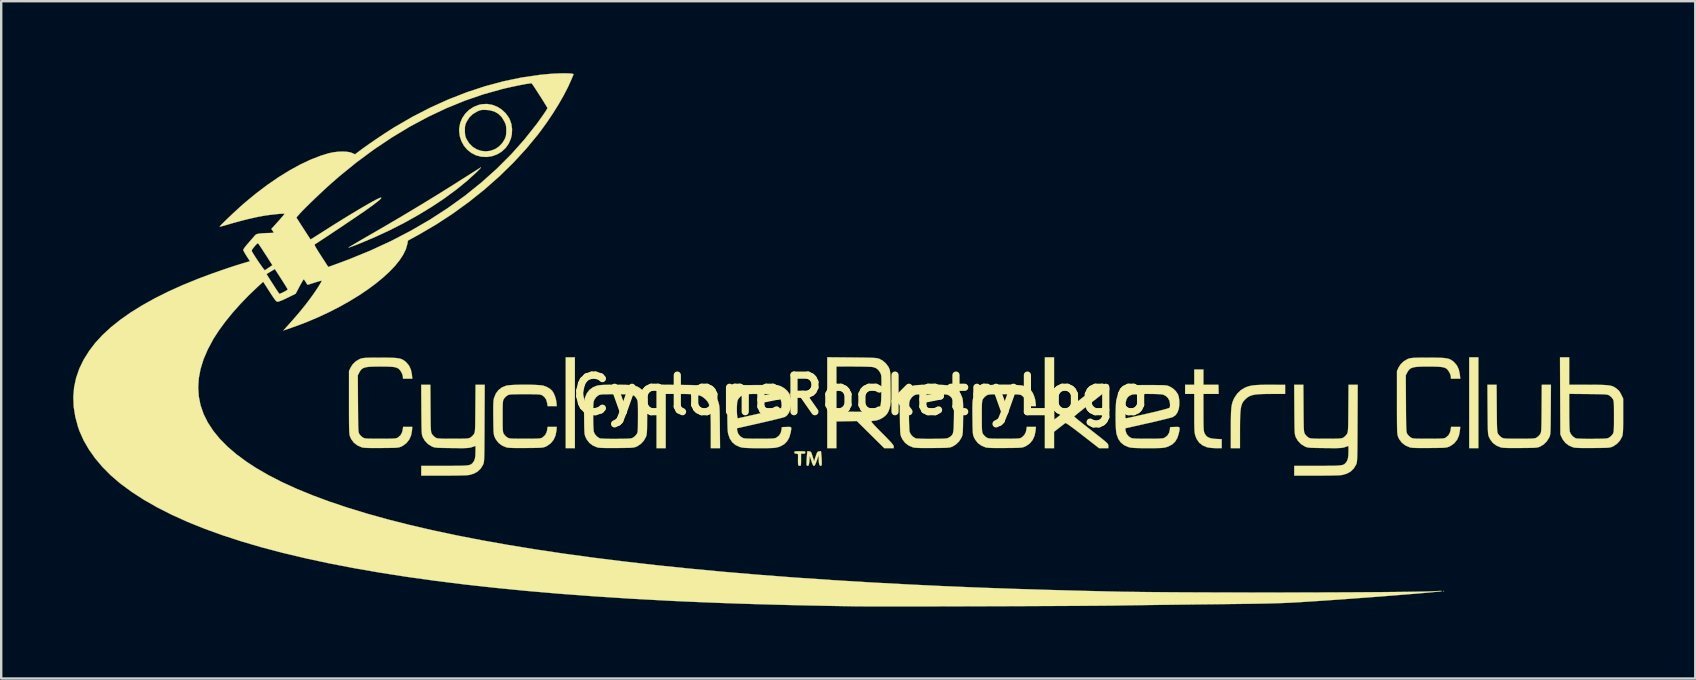
<source format=kicad_pcb>
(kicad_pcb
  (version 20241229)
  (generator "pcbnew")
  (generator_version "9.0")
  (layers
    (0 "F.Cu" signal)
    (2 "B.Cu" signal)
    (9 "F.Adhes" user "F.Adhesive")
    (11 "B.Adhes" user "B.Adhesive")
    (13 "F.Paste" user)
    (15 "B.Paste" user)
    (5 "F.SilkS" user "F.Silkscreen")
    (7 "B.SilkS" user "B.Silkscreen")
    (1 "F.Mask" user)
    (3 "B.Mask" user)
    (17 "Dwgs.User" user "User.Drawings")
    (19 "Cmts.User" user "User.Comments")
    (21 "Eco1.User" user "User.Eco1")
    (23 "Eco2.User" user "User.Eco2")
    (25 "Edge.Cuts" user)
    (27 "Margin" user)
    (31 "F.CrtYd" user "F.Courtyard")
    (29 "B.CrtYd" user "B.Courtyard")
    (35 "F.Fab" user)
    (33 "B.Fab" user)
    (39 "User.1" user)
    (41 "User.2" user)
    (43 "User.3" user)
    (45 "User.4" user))
  (footprint "CycloneRocketryLogo"
    (layer "F.Cu")
    (at 32.789 13.413)
    (property "Reference" "CycloneRocketryLogo" (at 0 0 0) (layer "F.SilkS") (effects (font (size 1.524 1.524) (thickness 0.3))))
    (attr through_hole)
    (fp_poly (pts (xy -11.887 2.21) (xy -12.268 2.21) (xy -12.268 -1.575) (xy -11.887 -1.575) (xy -11.887 2.21)) (stroke (width 0.01) (type solid)) (fill yes) (layer "F.SilkS"))
    (fp_poly (pts (xy 24.308 8.166) (xy 24.295 8.179) (xy 24.282 8.166) (xy 24.295 8.153) (xy 24.308 8.166)) (stroke (width 0.01) (type solid)) (fill yes) (layer "F.SilkS"))
    (fp_poly (pts (xy 25.756 2.21) (xy 25.375 2.21) (xy 25.375 -1.575) (xy 25.756 -1.575) (xy 25.756 2.21)) (stroke (width 0.01) (type solid)) (fill yes) (layer "F.SilkS"))
    (fp_poly (pts (xy -2.406 2.338) (xy -2.339 2.342) (xy -2.302 2.351) (xy -2.288 2.368) (xy -2.286 2.388) (xy -2.296 2.423) (xy -2.335 2.437) (xy -2.375 2.438) (xy -2.464 2.438) (xy -2.464 2.692) (xy -2.465 2.808) (xy -2.468 2.882) (xy -2.476 2.924) (xy -2.49 2.942) (xy -2.512 2.946) (xy -2.513 2.946) (xy -2.562 2.935) (xy -2.578 2.921) (xy -2.585 2.885) (xy -2.59 2.812) (xy -2.591 2.718) (xy -2.591 2.699) (xy -2.589 2.6) (xy -2.589 2.521) (xy -2.589 2.474) (xy -2.589 2.47) (xy -2.613 2.447) (xy -2.667 2.438) (xy -2.723 2.43) (xy -2.742 2.401) (xy -2.743 2.388) (xy -2.739 2.363) (xy -2.721 2.348) (xy -2.68 2.34) (xy -2.605 2.337) (xy -2.515 2.337) (xy -2.406 2.338)) (stroke (width 0.01) (type solid)) (fill yes) (layer "F.SilkS"))
    (fp_poly (pts (xy -15.822 -9.456) (xy -15.872 -9.401) (xy -15.946 -9.326) (xy -15.977 -9.296) (xy -16.379 -8.928) (xy -16.828 -8.563) (xy -17.318 -8.203) (xy -17.846 -7.851) (xy -18.405 -7.51) (xy -18.992 -7.182) (xy -19.603 -6.871) (xy -20.232 -6.579) (xy -20.874 -6.309) (xy -20.923 -6.29) (xy -21.051 -6.24) (xy -21.163 -6.198) (xy -21.251 -6.167) (xy -21.305 -6.149) (xy -21.316 -6.147) (xy -21.302 -6.159) (xy -21.249 -6.193) (xy -21.16 -6.247) (xy -21.041 -6.318) (xy -20.897 -6.403) (xy -20.731 -6.5) (xy -20.55 -6.605) (xy -20.535 -6.613) (xy -19.763 -7.06) (xy -19.028 -7.493) (xy -18.318 -7.919) (xy -17.623 -8.344) (xy -16.933 -8.775) (xy -16.612 -8.979) (xy -16.436 -9.09) (xy -16.271 -9.195) (xy -16.123 -9.288) (xy -15.997 -9.368) (xy -15.899 -9.43) (xy -15.834 -9.471) (xy -15.812 -9.485) (xy -15.8 -9.485) (xy -15.822 -9.456)) (stroke (width 0.01) (type solid)) (fill yes) (layer "F.SilkS"))
    (fp_poly (pts (xy 14.3 -0.432) (xy 14.926 -0.432) (xy 14.935 -0.051) (xy 14.3 -0.051) (xy 14.301 0.718) (xy 14.301 0.939) (xy 14.302 1.115) (xy 14.304 1.252) (xy 14.308 1.357) (xy 14.313 1.436) (xy 14.32 1.494) (xy 14.329 1.538) (xy 14.342 1.574) (xy 14.349 1.59) (xy 14.406 1.684) (xy 14.484 1.751) (xy 14.591 1.794) (xy 14.735 1.818) (xy 14.826 1.825) (xy 15.062 1.835) (xy 15.062 2.21) (xy 14.815 2.208) (xy 14.676 2.203) (xy 14.548 2.189) (xy 14.45 2.171) (xy 14.44 2.168) (xy 14.265 2.092) (xy 14.127 1.982) (xy 14.024 1.836) (xy 13.97 1.705) (xy 13.956 1.656) (xy 13.944 1.606) (xy 13.936 1.548) (xy 13.929 1.476) (xy 13.925 1.383) (xy 13.922 1.264) (xy 13.92 1.111) (xy 13.919 0.919) (xy 13.919 0.747) (xy 13.919 -0.051) (xy 13.538 -0.051) (xy 13.538 -0.432) (xy 13.919 -0.432) (xy 13.919 -1.067) (xy 14.3 -1.067) (xy 14.3 -0.432)) (stroke (width 0.01) (type solid)) (fill yes) (layer "F.SilkS"))
    (fp_poly (pts (xy 17.704 -0.051) (xy 17.134 -0.051) (xy 16.893 -0.049) (xy 16.696 -0.044) (xy 16.536 -0.033) (xy 16.408 -0.015) (xy 16.304 0.01) (xy 16.218 0.044) (xy 16.144 0.089) (xy 16.074 0.146) (xy 16.057 0.162) (xy 15.999 0.221) (xy 15.951 0.282) (xy 15.913 0.352) (xy 15.883 0.435) (xy 15.861 0.537) (xy 15.845 0.664) (xy 15.834 0.821) (xy 15.828 1.013) (xy 15.825 1.246) (xy 15.824 1.449) (xy 15.824 2.21) (xy 15.443 2.21) (xy 15.444 1.391) (xy 15.444 1.133) (xy 15.447 0.919) (xy 15.451 0.744) (xy 15.459 0.601) (xy 15.471 0.484) (xy 15.488 0.386) (xy 15.51 0.302) (xy 15.538 0.225) (xy 15.573 0.149) (xy 15.601 0.096) (xy 15.715 -0.07) (xy 15.863 -0.21) (xy 16.016 -0.303) (xy 16.104 -0.341) (xy 16.192 -0.371) (xy 16.289 -0.393) (xy 16.401 -0.41) (xy 16.536 -0.421) (xy 16.701 -0.428) (xy 16.905 -0.431) (xy 17.075 -0.431) (xy 17.704 -0.432) (xy 17.704 -0.051)) (stroke (width 0.01) (type solid)) (fill yes) (layer "F.SilkS"))
    (fp_poly (pts (xy -7.601 -0.427) (xy -7.365 -0.424) (xy -7.173 -0.422) (xy -7.02 -0.419) (xy -6.901 -0.415) (xy -6.808 -0.41) (xy -6.736 -0.404) (xy -6.679 -0.396) (xy -6.631 -0.385) (xy -6.586 -0.371) (xy -6.553 -0.36) (xy -6.342 -0.261) (xy -6.167 -0.128) (xy -6.029 0.042) (xy -5.925 0.248) (xy -5.914 0.279) (xy -5.898 0.326) (xy -5.886 0.371) (xy -5.876 0.42) (xy -5.868 0.481) (xy -5.862 0.558) (xy -5.857 0.658) (xy -5.854 0.787) (xy -5.851 0.951) (xy -5.849 1.154) (xy -5.847 1.327) (xy -5.839 2.21) (xy -6.223 2.21) (xy -6.223 1.449) (xy -6.224 1.182) (xy -6.228 0.959) (xy -6.235 0.777) (xy -6.247 0.628) (xy -6.265 0.508) (xy -6.289 0.412) (xy -6.321 0.333) (xy -6.361 0.266) (xy -6.412 0.205) (xy -6.456 0.162) (xy -6.526 0.102) (xy -6.598 0.054) (xy -6.681 0.017) (xy -6.78 -0.01) (xy -6.902 -0.029) (xy -7.053 -0.042) (xy -7.24 -0.048) (xy -7.47 -0.051) (xy -7.532 -0.051) (xy -8.103 -0.051) (xy -8.103 2.21) (xy -8.484 2.21) (xy -8.484 -0.435) (xy -7.601 -0.427)) (stroke (width 0.01) (type solid)) (fill yes) (layer "F.SilkS"))
    (fp_poly (pts (xy -1.617 2.507) (xy -1.608 2.622) (xy -1.602 2.739) (xy -1.6 2.813) (xy -1.603 2.892) (xy -1.614 2.932) (xy -1.637 2.946) (xy -1.648 2.946) (xy -1.684 2.93) (xy -1.708 2.877) (xy -1.723 2.782) (xy -1.729 2.645) (xy -1.731 2.502) (xy -1.808 2.724) (xy -1.853 2.847) (xy -1.891 2.922) (xy -1.925 2.949) (xy -1.958 2.927) (xy -1.993 2.857) (xy -2.034 2.737) (xy -2.047 2.694) (xy -2.076 2.603) (xy -2.093 2.557) (xy -2.103 2.551) (xy -2.106 2.582) (xy -2.107 2.591) (xy -2.111 2.67) (xy -2.12 2.769) (xy -2.125 2.813) (xy -2.138 2.893) (xy -2.156 2.934) (xy -2.184 2.946) (xy -2.188 2.946) (xy -2.218 2.937) (xy -2.232 2.902) (xy -2.235 2.836) (xy -2.233 2.754) (xy -2.227 2.645) (xy -2.219 2.532) (xy -2.219 2.53) (xy -2.202 2.334) (xy -2.124 2.342) (xy -2.085 2.349) (xy -2.057 2.367) (xy -2.033 2.406) (xy -2.007 2.477) (xy -1.984 2.552) (xy -1.921 2.754) (xy -1.854 2.552) (xy -1.82 2.453) (xy -1.793 2.392) (xy -1.768 2.36) (xy -1.737 2.346) (xy -1.71 2.342) (xy -1.633 2.334) (xy -1.617 2.507)) (stroke (width 0.01) (type solid)) (fill yes) (layer "F.SilkS"))
    (fp_poly (pts (xy 8.077 -0.279) (xy 8.077 -0.028) (xy 8.078 0.207) (xy 8.079 0.421) (xy 8.081 0.61) (xy 8.082 0.768) (xy 8.084 0.892) (xy 8.087 0.975) (xy 8.089 1.014) (xy 8.09 1.016) (xy 8.111 1.001) (xy 8.169 0.957) (xy 8.259 0.889) (xy 8.377 0.798) (xy 8.518 0.688) (xy 8.68 0.562) (xy 8.857 0.423) (xy 9.023 0.293) (xy 9.944 -0.43) (xy 10.141 -0.431) (xy 10.338 -0.432) (xy 10.338 -0.337) (xy 10.337 -0.311) (xy 10.332 -0.287) (xy 10.319 -0.261) (xy 10.294 -0.229) (xy 10.253 -0.188) (xy 10.192 -0.135) (xy 10.108 -0.065) (xy 9.997 0.024) (xy 9.854 0.137) (xy 9.675 0.276) (xy 9.626 0.314) (xy 9.462 0.443) (xy 9.311 0.563) (xy 9.178 0.67) (xy 9.067 0.759) (xy 8.984 0.829) (xy 8.932 0.874) (xy 8.915 0.891) (xy 8.935 0.911) (xy 8.99 0.958) (xy 9.076 1.029) (xy 9.189 1.12) (xy 9.324 1.228) (xy 9.476 1.348) (xy 9.626 1.466) (xy 9.814 1.612) (xy 9.965 1.73) (xy 10.084 1.824) (xy 10.174 1.898) (xy 10.24 1.955) (xy 10.285 1.998) (xy 10.314 2.032) (xy 10.329 2.059) (xy 10.336 2.083) (xy 10.338 2.108) (xy 10.338 2.115) (xy 10.338 2.21) (xy 9.954 2.21) (xy 9.268 1.676) (xy 9.079 1.53) (xy 8.915 1.405) (xy 8.777 1.304) (xy 8.67 1.228) (xy 8.595 1.179) (xy 8.556 1.16) (xy 8.552 1.16) (xy 8.521 1.182) (xy 8.459 1.229) (xy 8.376 1.293) (xy 8.299 1.353) (xy 8.077 1.528) (xy 8.077 2.21) (xy 7.696 2.21) (xy 7.696 -1.575) (xy 8.077 -1.575) (xy 8.077 -0.279)) (stroke (width 0.01) (type solid)) (fill yes) (layer "F.SilkS"))
    (fp_poly (pts (xy -15.333 -12.096) (xy -15.127 -12.018) (xy -14.938 -11.9) (xy -14.773 -11.747) (xy -14.64 -11.562) (xy -14.604 -11.495) (xy -14.534 -11.3) (xy -14.504 -11.085) (xy -14.514 -10.865) (xy -14.551 -10.699) (xy -14.64 -10.488) (xy -14.768 -10.304) (xy -14.929 -10.152) (xy -15.118 -10.036) (xy -15.327 -9.958) (xy -15.552 -9.923) (xy -15.786 -9.934) (xy -16.002 -9.99) (xy -16.198 -10.089) (xy -16.368 -10.224) (xy -16.509 -10.39) (xy -16.615 -10.582) (xy -16.683 -10.794) (xy -16.709 -11.02) (xy -16.708 -11.033) (xy -16.471 -11.033) (xy -16.471 -11.024) (xy -16.467 -10.904) (xy -16.456 -10.815) (xy -16.432 -10.736) (xy -16.4 -10.664) (xy -16.289 -10.487) (xy -16.147 -10.346) (xy -15.981 -10.242) (xy -15.797 -10.178) (xy -15.604 -10.156) (xy -15.408 -10.179) (xy -15.215 -10.249) (xy -15.212 -10.25) (xy -15.046 -10.361) (xy -14.906 -10.509) (xy -14.812 -10.664) (xy -14.776 -10.749) (xy -14.756 -10.829) (xy -14.747 -10.924) (xy -14.745 -11.024) (xy -14.747 -11.139) (xy -14.757 -11.224) (xy -14.778 -11.299) (xy -14.816 -11.385) (xy -14.828 -11.41) (xy -14.939 -11.588) (xy -15.077 -11.723) (xy -15.243 -11.817) (xy -15.439 -11.87) (xy -15.576 -11.883) (xy -15.689 -11.886) (xy -15.77 -11.882) (xy -15.839 -11.867) (xy -15.915 -11.837) (xy -15.968 -11.813) (xy -16.143 -11.709) (xy -16.281 -11.575) (xy -16.391 -11.403) (xy -16.399 -11.387) (xy -16.437 -11.304) (xy -16.459 -11.23) (xy -16.469 -11.146) (xy -16.471 -11.033) (xy -16.708 -11.033) (xy -16.706 -11.118) (xy -16.665 -11.339) (xy -16.579 -11.545) (xy -16.454 -11.728) (xy -16.295 -11.884) (xy -16.107 -12.007) (xy -15.895 -12.092) (xy -15.769 -12.12) (xy -15.55 -12.132) (xy -15.333 -12.096)) (stroke (width 0.01) (type solid)) (fill yes) (layer "F.SilkS"))
    (fp_poly (pts (xy 26.523 0.552) (xy 26.525 0.803) (xy 26.527 1.008) (xy 26.529 1.172) (xy 26.532 1.301) (xy 26.536 1.399) (xy 26.541 1.473) (xy 26.548 1.526) (xy 26.556 1.564) (xy 26.566 1.593) (xy 26.579 1.617) (xy 26.581 1.621) (xy 26.638 1.692) (xy 26.711 1.755) (xy 26.721 1.761) (xy 26.75 1.778) (xy 26.781 1.791) (xy 26.821 1.801) (xy 26.876 1.807) (xy 26.953 1.812) (xy 27.058 1.814) (xy 27.198 1.816) (xy 27.38 1.816) (xy 27.457 1.816) (xy 27.656 1.816) (xy 27.811 1.815) (xy 27.928 1.813) (xy 28.014 1.809) (xy 28.076 1.803) (xy 28.12 1.795) (xy 28.154 1.783) (xy 28.183 1.767) (xy 28.194 1.761) (xy 28.267 1.702) (xy 28.328 1.63) (xy 28.334 1.621) (xy 28.347 1.597) (xy 28.357 1.57) (xy 28.366 1.533) (xy 28.373 1.483) (xy 28.378 1.413) (xy 28.382 1.319) (xy 28.385 1.196) (xy 28.388 1.038) (xy 28.39 0.84) (xy 28.392 0.598) (xy 28.392 0.552) (xy 28.399 -0.432) (xy 28.78 -0.432) (xy 28.773 0.603) (xy 28.771 0.86) (xy 28.769 1.071) (xy 28.767 1.241) (xy 28.764 1.377) (xy 28.761 1.482) (xy 28.756 1.562) (xy 28.75 1.622) (xy 28.742 1.668) (xy 28.732 1.705) (xy 28.72 1.737) (xy 28.707 1.765) (xy 28.606 1.929) (xy 28.469 2.06) (xy 28.336 2.138) (xy 28.296 2.156) (xy 28.257 2.169) (xy 28.211 2.18) (xy 28.152 2.187) (xy 28.074 2.193) (xy 27.97 2.197) (xy 27.834 2.199) (xy 27.659 2.201) (xy 27.495 2.202) (xy 27.261 2.204) (xy 27.072 2.203) (xy 26.925 2.2) (xy 26.815 2.194) (xy 26.737 2.186) (xy 26.686 2.176) (xy 26.683 2.175) (xy 26.503 2.098) (xy 26.362 1.992) (xy 26.254 1.853) (xy 26.208 1.765) (xy 26.193 1.733) (xy 26.181 1.7) (xy 26.172 1.663) (xy 26.164 1.615) (xy 26.158 1.553) (xy 26.154 1.47) (xy 26.15 1.361) (xy 26.148 1.221) (xy 26.145 1.046) (xy 26.144 0.829) (xy 26.142 0.603) (xy 26.134 -0.432) (xy 26.515 -0.432) (xy 26.523 0.552)) (stroke (width 0.01) (type solid)) (fill yes) (layer "F.SilkS"))
    (fp_poly (pts (xy -0.349 -1.569) (xy -0.09 -1.566) (xy 0.124 -1.564) (xy 0.297 -1.561) (xy 0.435 -1.557) (xy 0.543 -1.553) (xy 0.625 -1.547) (xy 0.688 -1.54) (xy 0.735 -1.532) (xy 0.773 -1.521) (xy 0.792 -1.515) (xy 0.941 -1.435) (xy 1.073 -1.319) (xy 1.174 -1.183) (xy 1.197 -1.138) (xy 1.215 -1.096) (xy 1.229 -1.055) (xy 1.24 -1.008) (xy 1.248 -0.95) (xy 1.254 -0.872) (xy 1.258 -0.768) (xy 1.261 -0.631) (xy 1.264 -0.455) (xy 1.265 -0.309) (xy 1.268 -0.1) (xy 1.269 0.065) (xy 1.268 0.193) (xy 1.265 0.293) (xy 1.26 0.37) (xy 1.252 0.433) (xy 1.241 0.488) (xy 1.226 0.542) (xy 1.22 0.563) (xy 1.176 0.683) (xy 1.122 0.775) (xy 1.057 0.85) (xy 0.949 0.935) (xy 0.818 1.006) (xy 0.684 1.052) (xy 0.577 1.067) (xy 0.51 1.073) (xy 0.464 1.087) (xy 0.471 1.111) (xy 0.513 1.167) (xy 0.592 1.256) (xy 0.708 1.379) (xy 0.862 1.534) (xy 0.915 1.588) (xy 1.065 1.738) (xy 1.181 1.858) (xy 1.268 1.95) (xy 1.33 2.021) (xy 1.369 2.073) (xy 1.39 2.11) (xy 1.397 2.139) (xy 1.397 2.14) (xy 1.397 2.21) (xy 1.005 2.21) (xy -0.14 1.079) (xy -0.565 1.087) (xy -0.991 1.095) (xy -0.991 2.21) (xy -1.372 2.21) (xy -1.372 0.685) (xy -0.991 0.685) (xy -0.337 0.692) (xy -0.088 0.694) (xy 0.115 0.694) (xy 0.278 0.691) (xy 0.407 0.685) (xy 0.507 0.677) (xy 0.583 0.664) (xy 0.641 0.647) (xy 0.686 0.626) (xy 0.709 0.611) (xy 0.758 0.574) (xy 0.796 0.536) (xy 0.826 0.49) (xy 0.847 0.431) (xy 0.862 0.351) (xy 0.872 0.244) (xy 0.878 0.103) (xy 0.882 -0.078) (xy 0.884 -0.216) (xy 0.886 -0.408) (xy 0.887 -0.556) (xy 0.886 -0.668) (xy 0.883 -0.75) (xy 0.877 -0.811) (xy 0.868 -0.856) (xy 0.855 -0.893) (xy 0.838 -0.929) (xy 0.833 -0.938) (xy 0.753 -1.055) (xy 0.653 -1.13) (xy 0.53 -1.17) (xy 0.475 -1.176) (xy 0.378 -1.181) (xy 0.246 -1.186) (xy 0.086 -1.189) (xy -0.093 -1.192) (xy -0.283 -1.193) (xy -0.286 -1.193) (xy -0.991 -1.194) (xy -0.991 0.685) (xy -1.372 0.685) (xy -1.372 -1.578) (xy -0.349 -1.569)) (stroke (width 0.01) (type solid)) (fill yes) (layer "F.SilkS"))
    (fp_poly (pts (xy 29.54 -0.432) (xy 30.336 -0.432) (xy 30.587 -0.431) (xy 30.794 -0.429) (xy 30.961 -0.424) (xy 31.095 -0.416) (xy 31.202 -0.404) (xy 31.287 -0.388) (xy 31.356 -0.366) (xy 31.416 -0.337) (xy 31.471 -0.302) (xy 31.496 -0.284) (xy 31.568 -0.227) (xy 31.62 -0.174) (xy 31.664 -0.108) (xy 31.713 -0.014) (xy 31.72 0) (xy 31.788 0.14) (xy 31.788 0.876) (xy 31.788 1.093) (xy 31.787 1.265) (xy 31.785 1.399) (xy 31.781 1.502) (xy 31.775 1.58) (xy 31.767 1.639) (xy 31.757 1.686) (xy 31.744 1.728) (xy 31.74 1.738) (xy 31.656 1.89) (xy 31.536 2.023) (xy 31.391 2.123) (xy 31.362 2.137) (xy 31.321 2.155) (xy 31.281 2.169) (xy 31.236 2.179) (xy 31.178 2.187) (xy 31.102 2.193) (xy 31 2.196) (xy 30.866 2.199) (xy 30.694 2.201) (xy 30.518 2.202) (xy 30.284 2.204) (xy 30.095 2.203) (xy 29.948 2.2) (xy 29.838 2.194) (xy 29.759 2.186) (xy 29.708 2.176) (xy 29.705 2.175) (xy 29.526 2.098) (xy 29.385 1.992) (xy 29.276 1.853) (xy 29.23 1.765) (xy 29.172 1.638) (xy 29.165 0.032) (xy 29.164 -0.053) (xy 29.54 -0.053) (xy 29.54 0.691) (xy 29.541 0.902) (xy 29.544 1.093) (xy 29.548 1.258) (xy 29.553 1.39) (xy 29.56 1.483) (xy 29.567 1.529) (xy 29.617 1.633) (xy 29.699 1.726) (xy 29.797 1.79) (xy 29.828 1.802) (xy 29.875 1.808) (xy 29.966 1.814) (xy 30.091 1.818) (xy 30.241 1.821) (xy 30.41 1.821) (xy 30.518 1.821) (xy 30.711 1.819) (xy 30.859 1.817) (xy 30.971 1.814) (xy 31.053 1.809) (xy 31.111 1.802) (xy 31.153 1.792) (xy 31.186 1.778) (xy 31.217 1.761) (xy 31.289 1.702) (xy 31.351 1.63) (xy 31.356 1.621) (xy 31.372 1.592) (xy 31.384 1.559) (xy 31.393 1.515) (xy 31.399 1.454) (xy 31.403 1.369) (xy 31.406 1.254) (xy 31.407 1.101) (xy 31.407 0.905) (xy 31.407 0.889) (xy 31.407 0.689) (xy 31.406 0.534) (xy 31.404 0.416) (xy 31.4 0.329) (xy 31.393 0.267) (xy 31.385 0.222) (xy 31.373 0.188) (xy 31.358 0.159) (xy 31.356 0.157) (xy 31.299 0.086) (xy 31.226 0.023) (xy 31.217 0.017) (xy 31.19 0.002) (xy 31.161 -0.011) (xy 31.124 -0.02) (xy 31.073 -0.028) (xy 31.003 -0.033) (xy 30.906 -0.037) (xy 30.779 -0.04) (xy 30.614 -0.043) (xy 30.406 -0.045) (xy 30.334 -0.046) (xy 29.54 -0.053) (xy 29.164 -0.053) (xy 29.158 -1.575) (xy 29.54 -1.575) (xy 29.54 -0.432)) (stroke (width 0.01) (type solid)) (fill yes) (layer "F.SilkS"))
    (fp_poly (pts (xy -17.902 0.552) (xy -17.9 0.802) (xy -17.898 1.006) (xy -17.896 1.17) (xy -17.893 1.298) (xy -17.889 1.396) (xy -17.884 1.469) (xy -17.878 1.522) (xy -17.869 1.56) (xy -17.859 1.589) (xy -17.846 1.613) (xy -17.839 1.626) (xy -17.78 1.698) (xy -17.708 1.76) (xy -17.699 1.765) (xy -17.67 1.781) (xy -17.637 1.793) (xy -17.593 1.802) (xy -17.532 1.808) (xy -17.448 1.812) (xy -17.332 1.815) (xy -17.18 1.816) (xy -16.983 1.816) (xy -16.967 1.816) (xy -16.768 1.816) (xy -16.612 1.815) (xy -16.494 1.813) (xy -16.407 1.809) (xy -16.345 1.802) (xy -16.3 1.794) (xy -16.266 1.782) (xy -16.237 1.767) (xy -16.235 1.765) (xy -16.164 1.708) (xy -16.102 1.635) (xy -16.095 1.626) (xy -16.081 1.602) (xy -16.07 1.576) (xy -16.061 1.543) (xy -16.053 1.498) (xy -16.048 1.436) (xy -16.043 1.351) (xy -16.04 1.239) (xy -16.038 1.094) (xy -16.036 0.912) (xy -16.034 0.686) (xy -16.033 0.552) (xy -16.025 -0.432) (xy -15.644 -0.432) (xy -15.652 1.175) (xy -15.653 1.5) (xy -15.655 1.779) (xy -15.656 2.015) (xy -15.658 2.212) (xy -15.66 2.374) (xy -15.663 2.505) (xy -15.666 2.608) (xy -15.67 2.689) (xy -15.675 2.751) (xy -15.681 2.797) (xy -15.689 2.832) (xy -15.697 2.86) (xy -15.707 2.885) (xy -15.712 2.896) (xy -15.81 3.058) (xy -15.937 3.181) (xy -16.097 3.27) (xy -16.276 3.324) (xy -16.344 3.333) (xy -16.46 3.34) (xy -16.622 3.345) (xy -16.826 3.349) (xy -17.071 3.352) (xy -17.349 3.353) (xy -18.288 3.353) (xy -18.288 2.946) (xy -17.322 2.946) (xy -17.061 2.946) (xy -16.845 2.945) (xy -16.67 2.943) (xy -16.531 2.939) (xy -16.423 2.932) (xy -16.34 2.923) (xy -16.278 2.91) (xy -16.231 2.893) (xy -16.195 2.871) (xy -16.165 2.844) (xy -16.139 2.816) (xy -16.087 2.74) (xy -16.052 2.645) (xy -16.033 2.52) (xy -16.027 2.356) (xy -16.027 2.35) (xy -16.027 2.116) (xy -16.17 2.164) (xy -16.217 2.179) (xy -16.267 2.19) (xy -16.325 2.198) (xy -16.399 2.203) (xy -16.496 2.207) (xy -16.623 2.208) (xy -16.786 2.207) (xy -16.993 2.205) (xy -17.015 2.205) (xy -17.223 2.202) (xy -17.387 2.2) (xy -17.514 2.196) (xy -17.61 2.192) (xy -17.682 2.185) (xy -17.736 2.177) (xy -17.78 2.165) (xy -17.82 2.15) (xy -17.846 2.138) (xy -18.006 2.039) (xy -18.137 1.901) (xy -18.217 1.765) (xy -18.231 1.733) (xy -18.243 1.7) (xy -18.253 1.663) (xy -18.261 1.615) (xy -18.266 1.553) (xy -18.271 1.469) (xy -18.274 1.36) (xy -18.277 1.221) (xy -18.279 1.045) (xy -18.281 0.828) (xy -18.283 0.603) (xy -18.29 -0.432) (xy -17.909 -0.432) (xy -17.902 0.552)) (stroke (width 0.01) (type solid)) (fill yes) (layer "F.SilkS"))
    (fp_poly (pts (xy 18.471 0.552) (xy 18.473 0.802) (xy 18.475 1.006) (xy 18.477 1.17) (xy 18.48 1.298) (xy 18.484 1.396) (xy 18.489 1.469) (xy 18.495 1.522) (xy 18.503 1.56) (xy 18.514 1.589) (xy 18.526 1.613) (xy 18.534 1.626) (xy 18.593 1.698) (xy 18.665 1.76) (xy 18.674 1.765) (xy 18.703 1.781) (xy 18.736 1.793) (xy 18.779 1.802) (xy 18.84 1.808) (xy 18.925 1.812) (xy 19.041 1.815) (xy 19.193 1.816) (xy 19.389 1.816) (xy 19.406 1.816) (xy 19.605 1.816) (xy 19.761 1.815) (xy 19.879 1.813) (xy 19.966 1.809) (xy 20.028 1.802) (xy 20.073 1.794) (xy 20.106 1.782) (xy 20.135 1.767) (xy 20.138 1.765) (xy 20.209 1.708) (xy 20.271 1.635) (xy 20.277 1.626) (xy 20.291 1.602) (xy 20.303 1.576) (xy 20.312 1.543) (xy 20.319 1.498) (xy 20.325 1.436) (xy 20.329 1.351) (xy 20.333 1.239) (xy 20.335 1.094) (xy 20.337 0.912) (xy 20.339 0.686) (xy 20.34 0.552) (xy 20.348 -0.432) (xy 20.729 -0.432) (xy 20.721 1.175) (xy 20.72 1.5) (xy 20.718 1.779) (xy 20.717 2.015) (xy 20.715 2.212) (xy 20.713 2.374) (xy 20.71 2.505) (xy 20.707 2.608) (xy 20.702 2.689) (xy 20.697 2.751) (xy 20.691 2.797) (xy 20.684 2.832) (xy 20.676 2.86) (xy 20.665 2.885) (xy 20.661 2.896) (xy 20.563 3.058) (xy 20.436 3.181) (xy 20.276 3.27) (xy 20.096 3.324) (xy 20.029 3.333) (xy 19.912 3.34) (xy 19.751 3.345) (xy 19.546 3.349) (xy 19.302 3.352) (xy 19.023 3.353) (xy 18.085 3.353) (xy 18.085 2.946) (xy 19.051 2.946) (xy 19.312 2.946) (xy 19.528 2.945) (xy 19.702 2.943) (xy 19.842 2.939) (xy 19.95 2.932) (xy 20.033 2.923) (xy 20.095 2.91) (xy 20.142 2.893) (xy 20.178 2.871) (xy 20.208 2.844) (xy 20.234 2.816) (xy 20.286 2.74) (xy 20.32 2.645) (xy 20.339 2.52) (xy 20.345 2.356) (xy 20.345 2.35) (xy 20.345 2.116) (xy 20.202 2.164) (xy 20.155 2.179) (xy 20.106 2.19) (xy 20.048 2.198) (xy 19.974 2.203) (xy 19.877 2.207) (xy 19.75 2.208) (xy 19.587 2.207) (xy 19.38 2.205) (xy 19.358 2.205) (xy 19.15 2.202) (xy 18.985 2.2) (xy 18.859 2.196) (xy 18.763 2.192) (xy 18.691 2.185) (xy 18.637 2.177) (xy 18.593 2.165) (xy 18.553 2.15) (xy 18.527 2.138) (xy 18.367 2.039) (xy 18.236 1.901) (xy 18.156 1.765) (xy 18.141 1.733) (xy 18.13 1.7) (xy 18.12 1.663) (xy 18.112 1.615) (xy 18.106 1.553) (xy 18.102 1.469) (xy 18.098 1.36) (xy 18.096 1.221) (xy 18.094 1.045) (xy 18.092 0.828) (xy 18.09 0.603) (xy 18.083 -0.432) (xy 18.464 -0.432) (xy 18.471 0.552)) (stroke (width 0.01) (type solid)) (fill yes) (layer "F.SilkS"))
    (fp_poly (pts (xy 23.908 -1.561) (xy 24.098 -1.559) (xy 24.251 -1.552) (xy 24.372 -1.542) (xy 24.468 -1.526) (xy 24.546 -1.503) (xy 24.612 -1.472) (xy 24.673 -1.432) (xy 24.734 -1.382) (xy 24.747 -1.371) (xy 24.863 -1.235) (xy 24.942 -1.065) (xy 24.984 -0.863) (xy 24.986 -0.85) (xy 25.001 -0.686) (xy 24.613 -0.686) (xy 24.613 -0.757) (xy 24.596 -0.842) (xy 24.553 -0.942) (xy 24.494 -1.035) (xy 24.431 -1.1) (xy 24.381 -1.13) (xy 24.318 -1.153) (xy 24.236 -1.17) (xy 24.128 -1.181) (xy 23.986 -1.188) (xy 23.805 -1.191) (xy 23.673 -1.192) (xy 23.453 -1.19) (xy 23.278 -1.184) (xy 23.14 -1.173) (xy 23.034 -1.153) (xy 22.954 -1.124) (xy 22.892 -1.083) (xy 22.843 -1.029) (xy 22.801 -0.96) (xy 22.789 -0.938) (xy 22.732 -0.826) (xy 22.739 0.356) (xy 22.74 0.632) (xy 22.742 0.862) (xy 22.744 1.05) (xy 22.746 1.202) (xy 22.75 1.321) (xy 22.753 1.412) (xy 22.758 1.481) (xy 22.765 1.531) (xy 22.772 1.567) (xy 22.782 1.593) (xy 22.793 1.615) (xy 22.797 1.621) (xy 22.854 1.692) (xy 22.927 1.755) (xy 22.936 1.761) (xy 22.966 1.778) (xy 22.997 1.791) (xy 23.037 1.801) (xy 23.091 1.807) (xy 23.168 1.812) (xy 23.273 1.814) (xy 23.414 1.816) (xy 23.596 1.816) (xy 23.673 1.816) (xy 23.872 1.816) (xy 24.026 1.815) (xy 24.143 1.813) (xy 24.229 1.809) (xy 24.291 1.803) (xy 24.336 1.795) (xy 24.369 1.783) (xy 24.399 1.767) (xy 24.409 1.761) (xy 24.513 1.669) (xy 24.579 1.546) (xy 24.604 1.437) (xy 24.62 1.321) (xy 25.001 1.321) (xy 24.985 1.487) (xy 24.945 1.691) (xy 24.865 1.867) (xy 24.747 2.01) (xy 24.594 2.118) (xy 24.552 2.138) (xy 24.512 2.156) (xy 24.472 2.169) (xy 24.426 2.18) (xy 24.368 2.187) (xy 24.29 2.193) (xy 24.186 2.197) (xy 24.05 2.199) (xy 23.874 2.201) (xy 23.711 2.202) (xy 23.476 2.204) (xy 23.288 2.203) (xy 23.141 2.2) (xy 23.03 2.194) (xy 22.952 2.186) (xy 22.901 2.176) (xy 22.898 2.175) (xy 22.712 2.093) (xy 22.565 1.978) (xy 22.456 1.831) (xy 22.413 1.737) (xy 22.402 1.707) (xy 22.393 1.673) (xy 22.386 1.631) (xy 22.38 1.577) (xy 22.375 1.505) (xy 22.371 1.413) (xy 22.369 1.294) (xy 22.367 1.145) (xy 22.366 0.961) (xy 22.365 0.737) (xy 22.365 0.47) (xy 22.365 0.305) (xy 22.365 -1.003) (xy 22.425 -1.138) (xy 22.516 -1.282) (xy 22.643 -1.406) (xy 22.793 -1.496) (xy 22.843 -1.516) (xy 22.888 -1.53) (xy 22.94 -1.541) (xy 23.004 -1.549) (xy 23.088 -1.555) (xy 23.197 -1.559) (xy 23.34 -1.561) (xy 23.522 -1.562) (xy 23.673 -1.562) (xy 23.908 -1.561)) (stroke (width 0.01) (type solid)) (fill yes) (layer "F.SilkS"))
    (fp_poly (pts (xy -19.755 -1.561) (xy -19.564 -1.559) (xy -19.412 -1.552) (xy -19.291 -1.542) (xy -19.194 -1.526) (xy -19.116 -1.503) (xy -19.05 -1.472) (xy -18.99 -1.432) (xy -18.929 -1.382) (xy -18.916 -1.371) (xy -18.8 -1.235) (xy -18.72 -1.065) (xy -18.678 -0.863) (xy -18.677 -0.85) (xy -18.662 -0.686) (xy -19.05 -0.686) (xy -19.05 -0.757) (xy -19.067 -0.842) (xy -19.109 -0.941) (xy -19.167 -1.034) (xy -19.229 -1.099) (xy -19.23 -1.099) (xy -19.28 -1.129) (xy -19.34 -1.152) (xy -19.417 -1.17) (xy -19.519 -1.181) (xy -19.651 -1.188) (xy -19.822 -1.192) (xy -19.99 -1.193) (xy -20.209 -1.191) (xy -20.385 -1.185) (xy -20.522 -1.174) (xy -20.627 -1.154) (xy -20.708 -1.125) (xy -20.769 -1.085) (xy -20.818 -1.031) (xy -20.861 -0.961) (xy -20.873 -0.938) (xy -20.931 -0.826) (xy -20.924 0.356) (xy -20.922 0.632) (xy -20.92 0.862) (xy -20.919 1.05) (xy -20.916 1.202) (xy -20.913 1.321) (xy -20.909 1.412) (xy -20.904 1.481) (xy -20.898 1.531) (xy -20.89 1.567) (xy -20.881 1.593) (xy -20.869 1.615) (xy -20.866 1.621) (xy -20.809 1.692) (xy -20.736 1.755) (xy -20.726 1.761) (xy -20.697 1.778) (xy -20.666 1.791) (xy -20.626 1.801) (xy -20.571 1.807) (xy -20.494 1.812) (xy -20.389 1.814) (xy -20.249 1.816) (xy -20.067 1.816) (xy -19.99 1.816) (xy -19.791 1.816) (xy -19.636 1.815) (xy -19.519 1.813) (xy -19.433 1.809) (xy -19.371 1.803) (xy -19.327 1.795) (xy -19.293 1.783) (xy -19.264 1.767) (xy -19.253 1.761) (xy -19.15 1.669) (xy -19.084 1.546) (xy -19.059 1.437) (xy -19.043 1.321) (xy -18.662 1.321) (xy -18.675 1.481) (xy -18.713 1.682) (xy -18.792 1.857) (xy -18.909 2.002) (xy -19.06 2.113) (xy -19.111 2.138) (xy -19.151 2.156) (xy -19.191 2.169) (xy -19.236 2.18) (xy -19.295 2.187) (xy -19.373 2.193) (xy -19.477 2.197) (xy -19.613 2.199) (xy -19.789 2.201) (xy -19.952 2.202) (xy -20.186 2.204) (xy -20.375 2.203) (xy -20.522 2.2) (xy -20.632 2.194) (xy -20.711 2.186) (xy -20.761 2.176) (xy -20.765 2.175) (xy -20.951 2.093) (xy -21.098 1.978) (xy -21.207 1.831) (xy -21.25 1.737) (xy -21.261 1.707) (xy -21.27 1.673) (xy -21.277 1.631) (xy -21.283 1.577) (xy -21.288 1.505) (xy -21.291 1.413) (xy -21.294 1.294) (xy -21.296 1.145) (xy -21.297 0.961) (xy -21.298 0.737) (xy -21.298 0.47) (xy -21.298 0.305) (xy -21.298 -1.003) (xy -21.237 -1.138) (xy -21.146 -1.282) (xy -21.019 -1.406) (xy -20.869 -1.496) (xy -20.82 -1.516) (xy -20.774 -1.53) (xy -20.723 -1.541) (xy -20.659 -1.549) (xy -20.575 -1.555) (xy -20.465 -1.559) (xy -20.323 -1.561) (xy -20.141 -1.562) (xy -19.99 -1.562) (xy -19.755 -1.561)) (stroke (width 0.01) (type solid)) (fill yes) (layer "F.SilkS"))
    (fp_poly (pts (xy -13.854 -0.435) (xy -13.668 -0.431) (xy -13.498 -0.424) (xy -13.353 -0.415) (xy -13.242 -0.402) (xy -13.195 -0.393) (xy -13.048 -0.337) (xy -12.915 -0.256) (xy -12.832 -0.179) (xy -12.772 -0.085) (xy -12.718 0.04) (xy -12.677 0.177) (xy -12.658 0.29) (xy -12.642 0.457) (xy -13.023 0.457) (xy -13.039 0.341) (xy -13.079 0.193) (xy -13.156 0.079) (xy -13.233 0.017) (xy -13.263 0.000322) (xy -13.294 -0.013) (xy -13.334 -0.023) (xy -13.389 -0.029) (xy -13.465 -0.034) (xy -13.571 -0.036) (xy -13.711 -0.038) (xy -13.893 -0.038) (xy -13.97 -0.038) (xy -14.169 -0.038) (xy -14.323 -0.037) (xy -14.44 -0.035) (xy -14.527 -0.031) (xy -14.589 -0.025) (xy -14.633 -0.017) (xy -14.667 -0.005) (xy -14.696 0.011) (xy -14.707 0.017) (xy -14.779 0.076) (xy -14.841 0.148) (xy -14.846 0.157) (xy -14.862 0.186) (xy -14.874 0.219) (xy -14.883 0.263) (xy -14.889 0.324) (xy -14.893 0.409) (xy -14.896 0.524) (xy -14.897 0.677) (xy -14.897 0.873) (xy -14.897 0.889) (xy -14.897 1.089) (xy -14.896 1.244) (xy -14.894 1.362) (xy -14.89 1.449) (xy -14.883 1.511) (xy -14.875 1.556) (xy -14.863 1.59) (xy -14.848 1.619) (xy -14.846 1.621) (xy -14.789 1.692) (xy -14.716 1.755) (xy -14.707 1.761) (xy -14.677 1.778) (xy -14.646 1.791) (xy -14.606 1.801) (xy -14.551 1.807) (xy -14.475 1.812) (xy -14.369 1.814) (xy -14.229 1.816) (xy -14.047 1.816) (xy -13.97 1.816) (xy -13.771 1.816) (xy -13.617 1.815) (xy -13.5 1.813) (xy -13.413 1.809) (xy -13.351 1.803) (xy -13.307 1.795) (xy -13.273 1.783) (xy -13.244 1.767) (xy -13.233 1.761) (xy -13.13 1.669) (xy -13.064 1.546) (xy -13.039 1.437) (xy -13.023 1.321) (xy -12.642 1.321) (xy -12.655 1.481) (xy -12.693 1.682) (xy -12.772 1.857) (xy -12.889 2.002) (xy -13.04 2.113) (xy -13.091 2.138) (xy -13.131 2.156) (xy -13.171 2.169) (xy -13.217 2.18) (xy -13.275 2.187) (xy -13.353 2.193) (xy -13.457 2.197) (xy -13.593 2.199) (xy -13.769 2.201) (xy -13.932 2.202) (xy -14.166 2.204) (xy -14.355 2.203) (xy -14.502 2.2) (xy -14.612 2.194) (xy -14.691 2.186) (xy -14.742 2.176) (xy -14.745 2.175) (xy -14.924 2.098) (xy -15.065 1.992) (xy -15.174 1.853) (xy -15.22 1.765) (xy -15.237 1.725) (xy -15.251 1.685) (xy -15.261 1.638) (xy -15.269 1.578) (xy -15.275 1.498) (xy -15.279 1.391) (xy -15.282 1.251) (xy -15.284 1.07) (xy -15.286 0.945) (xy -15.288 0.726) (xy -15.288 0.551) (xy -15.286 0.415) (xy -15.282 0.309) (xy -15.276 0.229) (xy -15.267 0.167) (xy -15.255 0.12) (xy -15.18 -0.065) (xy -15.071 -0.211) (xy -14.928 -0.32) (xy -14.759 -0.391) (xy -14.68 -0.406) (xy -14.559 -0.418) (xy -14.407 -0.427) (xy -14.232 -0.432) (xy -14.045 -0.435) (xy -13.854 -0.435)) (stroke (width 0.01) (type solid)) (fill yes) (layer "F.SilkS"))
    (fp_poly (pts (xy 6.114 -0.435) (xy 6.299 -0.432) (xy 6.47 -0.425) (xy 6.616 -0.415) (xy 6.728 -0.403) (xy 6.784 -0.391) (xy 6.919 -0.336) (xy 7.044 -0.259) (xy 7.133 -0.179) (xy 7.193 -0.085) (xy 7.247 0.04) (xy 7.288 0.177) (xy 7.307 0.29) (xy 7.323 0.457) (xy 6.941 0.457) (xy 6.925 0.34) (xy 6.887 0.201) (xy 6.817 0.086) (xy 6.724 0.007) (xy 6.722 0.006) (xy 6.692 -0.008) (xy 6.653 -0.018) (xy 6.598 -0.026) (xy 6.522 -0.032) (xy 6.417 -0.035) (xy 6.277 -0.037) (xy 6.097 -0.038) (xy 5.994 -0.038) (xy 5.796 -0.038) (xy 5.641 -0.037) (xy 5.524 -0.035) (xy 5.438 -0.031) (xy 5.376 -0.025) (xy 5.331 -0.017) (xy 5.298 -0.005) (xy 5.269 0.011) (xy 5.258 0.017) (xy 5.185 0.076) (xy 5.124 0.148) (xy 5.118 0.157) (xy 5.102 0.186) (xy 5.09 0.219) (xy 5.081 0.263) (xy 5.075 0.324) (xy 5.071 0.409) (xy 5.069 0.524) (xy 5.068 0.677) (xy 5.067 0.873) (xy 5.067 0.889) (xy 5.068 1.089) (xy 5.069 1.244) (xy 5.071 1.362) (xy 5.075 1.449) (xy 5.081 1.511) (xy 5.09 1.556) (xy 5.101 1.59) (xy 5.117 1.619) (xy 5.118 1.621) (xy 5.175 1.692) (xy 5.248 1.755) (xy 5.258 1.761) (xy 5.287 1.778) (xy 5.318 1.791) (xy 5.358 1.801) (xy 5.413 1.807) (xy 5.49 1.812) (xy 5.595 1.814) (xy 5.735 1.816) (xy 5.917 1.816) (xy 5.994 1.816) (xy 6.193 1.816) (xy 6.348 1.815) (xy 6.465 1.813) (xy 6.551 1.809) (xy 6.613 1.803) (xy 6.657 1.795) (xy 6.691 1.783) (xy 6.72 1.767) (xy 6.731 1.761) (xy 6.834 1.669) (xy 6.9 1.546) (xy 6.925 1.437) (xy 6.941 1.321) (xy 7.323 1.321) (xy 7.307 1.487) (xy 7.266 1.691) (xy 7.186 1.867) (xy 7.069 2.01) (xy 6.915 2.118) (xy 6.873 2.138) (xy 6.833 2.156) (xy 6.794 2.169) (xy 6.748 2.18) (xy 6.689 2.187) (xy 6.611 2.193) (xy 6.507 2.197) (xy 6.371 2.199) (xy 6.196 2.201) (xy 6.032 2.202) (xy 5.798 2.204) (xy 5.609 2.203) (xy 5.462 2.2) (xy 5.352 2.194) (xy 5.274 2.186) (xy 5.223 2.176) (xy 5.22 2.175) (xy 5.04 2.098) (xy 4.899 1.992) (xy 4.791 1.853) (xy 4.745 1.765) (xy 4.727 1.725) (xy 4.714 1.685) (xy 4.703 1.638) (xy 4.695 1.578) (xy 4.69 1.498) (xy 4.686 1.391) (xy 4.682 1.251) (xy 4.68 1.07) (xy 4.678 0.945) (xy 4.676 0.73) (xy 4.676 0.559) (xy 4.678 0.425) (xy 4.681 0.321) (xy 4.687 0.241) (xy 4.696 0.178) (xy 4.708 0.124) (xy 4.713 0.108) (xy 4.787 -0.073) (xy 4.897 -0.216) (xy 5.042 -0.324) (xy 5.205 -0.391) (xy 5.285 -0.406) (xy 5.406 -0.418) (xy 5.558 -0.427) (xy 5.734 -0.433) (xy 5.922 -0.435) (xy 6.114 -0.435)) (stroke (width 0.01) (type solid)) (fill yes) (layer "F.SilkS"))
    (fp_poly (pts (xy 3.127 -0.434) (xy 3.311 -0.43) (xy 3.477 -0.422) (xy 3.616 -0.412) (xy 3.718 -0.399) (xy 3.744 -0.393) (xy 3.922 -0.324) (xy 4.066 -0.217) (xy 4.177 -0.073) (xy 4.254 0.11) (xy 4.257 0.12) (xy 4.269 0.17) (xy 4.278 0.233) (xy 4.284 0.315) (xy 4.288 0.422) (xy 4.29 0.561) (xy 4.29 0.739) (xy 4.288 0.945) (xy 4.285 1.152) (xy 4.283 1.315) (xy 4.279 1.44) (xy 4.274 1.535) (xy 4.268 1.606) (xy 4.259 1.66) (xy 4.247 1.703) (xy 4.232 1.742) (xy 4.221 1.765) (xy 4.12 1.929) (xy 3.983 2.06) (xy 3.851 2.138) (xy 3.811 2.156) (xy 3.771 2.169) (xy 3.725 2.18) (xy 3.667 2.187) (xy 3.589 2.193) (xy 3.485 2.197) (xy 3.349 2.199) (xy 3.173 2.201) (xy 3.01 2.202) (xy 2.775 2.204) (xy 2.587 2.203) (xy 2.44 2.2) (xy 2.329 2.194) (xy 2.251 2.186) (xy 2.2 2.176) (xy 2.197 2.175) (xy 2.018 2.098) (xy 1.877 1.992) (xy 1.768 1.853) (xy 1.722 1.765) (xy 1.705 1.725) (xy 1.691 1.685) (xy 1.681 1.638) (xy 1.673 1.578) (xy 1.667 1.498) (xy 1.663 1.391) (xy 1.66 1.251) (xy 1.657 1.07) (xy 1.656 0.945) (xy 1.655 0.865) (xy 2.032 0.865) (xy 2.033 1.036) (xy 2.037 1.196) (xy 2.042 1.334) (xy 2.048 1.443) (xy 2.055 1.514) (xy 2.058 1.529) (xy 2.109 1.633) (xy 2.191 1.726) (xy 2.289 1.79) (xy 2.319 1.802) (xy 2.367 1.808) (xy 2.458 1.814) (xy 2.582 1.818) (xy 2.733 1.821) (xy 2.902 1.821) (xy 3.01 1.821) (xy 3.202 1.819) (xy 3.351 1.817) (xy 3.463 1.814) (xy 3.544 1.809) (xy 3.603 1.802) (xy 3.645 1.792) (xy 3.678 1.778) (xy 3.708 1.761) (xy 3.764 1.724) (xy 3.807 1.687) (xy 3.84 1.643) (xy 3.865 1.585) (xy 3.882 1.507) (xy 3.893 1.403) (xy 3.9 1.266) (xy 3.904 1.09) (xy 3.907 0.919) (xy 3.909 0.725) (xy 3.91 0.575) (xy 3.909 0.461) (xy 3.906 0.377) (xy 3.9 0.315) (xy 3.891 0.269) (xy 3.879 0.23) (xy 3.862 0.193) (xy 3.861 0.19) (xy 3.796 0.093) (xy 3.713 0.02) (xy 3.683 0.002) (xy 3.652 -0.011) (xy 3.613 -0.022) (xy 3.561 -0.029) (xy 3.487 -0.034) (xy 3.387 -0.036) (xy 3.252 -0.038) (xy 3.076 -0.038) (xy 2.972 -0.038) (xy 2.773 -0.038) (xy 2.619 -0.037) (xy 2.502 -0.035) (xy 2.416 -0.032) (xy 2.354 -0.026) (xy 2.31 -0.017) (xy 2.276 -0.005) (xy 2.246 0.011) (xy 2.231 0.02) (xy 2.15 0.091) (xy 2.086 0.183) (xy 2.085 0.187) (xy 2.067 0.226) (xy 2.054 0.267) (xy 2.045 0.319) (xy 2.039 0.388) (xy 2.035 0.482) (xy 2.033 0.608) (xy 2.032 0.774) (xy 2.032 0.865) (xy 1.655 0.865) (xy 1.654 0.73) (xy 1.653 0.559) (xy 1.655 0.425) (xy 1.659 0.321) (xy 1.665 0.241) (xy 1.673 0.178) (xy 1.685 0.124) (xy 1.69 0.108) (xy 1.765 -0.073) (xy 1.875 -0.217) (xy 2.019 -0.323) (xy 2.199 -0.393) (xy 2.2 -0.393) (xy 2.284 -0.408) (xy 2.41 -0.419) (xy 2.567 -0.427) (xy 2.746 -0.432) (xy 2.936 -0.435) (xy 3.127 -0.434)) (stroke (width 0.01) (type solid)) (fill yes) (layer "F.SilkS"))
    (fp_poly (pts (xy -9.952 -0.431) (xy -9.762 -0.427) (xy -9.61 -0.42) (xy -9.49 -0.408) (xy -9.394 -0.391) (xy -9.315 -0.367) (xy -9.249 -0.337) (xy -9.187 -0.297) (xy -9.169 -0.284) (xy -9.097 -0.227) (xy -9.046 -0.174) (xy -9.002 -0.108) (xy -8.952 -0.014) (xy -8.946 0) (xy -8.877 0.14) (xy -8.877 0.876) (xy -8.878 1.093) (xy -8.879 1.265) (xy -8.881 1.399) (xy -8.885 1.502) (xy -8.89 1.58) (xy -8.898 1.639) (xy -8.908 1.686) (xy -8.922 1.728) (xy -8.926 1.738) (xy -9.009 1.89) (xy -9.13 2.023) (xy -9.274 2.123) (xy -9.303 2.137) (xy -9.344 2.155) (xy -9.384 2.169) (xy -9.429 2.179) (xy -9.487 2.187) (xy -9.563 2.193) (xy -9.665 2.197) (xy -9.799 2.199) (xy -9.972 2.201) (xy -10.147 2.203) (xy -10.381 2.204) (xy -10.569 2.203) (xy -10.715 2.2) (xy -10.825 2.195) (xy -10.904 2.187) (xy -10.955 2.177) (xy -10.96 2.175) (xy -11.14 2.098) (xy -11.28 1.993) (xy -11.389 1.853) (xy -11.435 1.765) (xy -11.452 1.725) (xy -11.466 1.685) (xy -11.477 1.638) (xy -11.484 1.578) (xy -11.49 1.498) (xy -11.494 1.391) (xy -11.497 1.251) (xy -11.5 1.07) (xy -11.501 0.945) (xy -11.502 0.865) (xy -11.125 0.865) (xy -11.124 1.036) (xy -11.121 1.196) (xy -11.116 1.334) (xy -11.109 1.443) (xy -11.102 1.514) (xy -11.099 1.529) (xy -11.049 1.633) (xy -10.966 1.726) (xy -10.869 1.79) (xy -10.838 1.802) (xy -10.79 1.808) (xy -10.7 1.814) (xy -10.575 1.818) (xy -10.424 1.821) (xy -10.255 1.821) (xy -10.147 1.821) (xy -9.955 1.819) (xy -9.806 1.817) (xy -9.694 1.814) (xy -9.613 1.809) (xy -9.554 1.802) (xy -9.512 1.792) (xy -9.479 1.778) (xy -9.449 1.761) (xy -9.376 1.702) (xy -9.315 1.63) (xy -9.309 1.621) (xy -9.293 1.592) (xy -9.281 1.559) (xy -9.272 1.515) (xy -9.266 1.454) (xy -9.262 1.369) (xy -9.26 1.254) (xy -9.259 1.101) (xy -9.258 0.905) (xy -9.258 0.889) (xy -9.258 0.691) (xy -9.259 0.537) (xy -9.261 0.42) (xy -9.265 0.334) (xy -9.271 0.272) (xy -9.279 0.227) (xy -9.291 0.193) (xy -9.307 0.163) (xy -9.318 0.145) (xy -9.352 0.093) (xy -9.387 0.051) (xy -9.428 0.02) (xy -9.482 -0.003) (xy -9.556 -0.019) (xy -9.654 -0.029) (xy -9.784 -0.035) (xy -9.951 -0.038) (xy -10.163 -0.038) (xy -10.185 -0.038) (xy -10.384 -0.038) (xy -10.538 -0.037) (xy -10.655 -0.035) (xy -10.741 -0.032) (xy -10.803 -0.026) (xy -10.848 -0.017) (xy -10.881 -0.005) (xy -10.911 0.011) (xy -10.927 0.02) (xy -11.007 0.091) (xy -11.071 0.183) (xy -11.073 0.187) (xy -11.09 0.226) (xy -11.103 0.267) (xy -11.112 0.319) (xy -11.118 0.388) (xy -11.122 0.482) (xy -11.124 0.608) (xy -11.125 0.774) (xy -11.125 0.865) (xy -11.502 0.865) (xy -11.503 0.73) (xy -11.504 0.559) (xy -11.502 0.425) (xy -11.499 0.321) (xy -11.493 0.241) (xy -11.484 0.178) (xy -11.472 0.124) (xy -11.467 0.108) (xy -11.392 -0.073) (xy -11.283 -0.216) (xy -11.138 -0.324) (xy -10.974 -0.391) (xy -10.92 -0.404) (xy -10.853 -0.414) (xy -10.767 -0.422) (xy -10.655 -0.427) (xy -10.51 -0.43) (xy -10.325 -0.432) (xy -10.185 -0.432) (xy -9.952 -0.431)) (stroke (width 0.01) (type solid)) (fill yes) (layer "F.SilkS"))
    (fp_poly (pts (xy -3.972 -0.419) (xy -3.797 -0.418) (xy -3.661 -0.417) (xy -3.557 -0.414) (xy -3.478 -0.409) (xy -3.419 -0.403) (xy -3.374 -0.393) (xy -3.336 -0.381) (xy -3.299 -0.366) (xy -3.287 -0.36) (xy -3.154 -0.281) (xy -3.038 -0.177) (xy -2.954 -0.061) (xy -2.937 -0.024) (xy -2.892 0.126) (xy -2.876 0.288) (xy -2.886 0.451) (xy -2.919 0.605) (xy -2.974 0.74) (xy -3.049 0.844) (xy -3.123 0.901) (xy -3.171 0.918) (xy -3.268 0.946) (xy -3.415 0.983) (xy -3.61 1.031) (xy -3.854 1.089) (xy -4.146 1.156) (xy -4.486 1.234) (xy -4.875 1.322) (xy -4.949 1.339) (xy -5.136 1.381) (xy -5.123 1.482) (xy -5.082 1.61) (xy -4.997 1.714) (xy -4.925 1.765) (xy -4.895 1.781) (xy -4.861 1.793) (xy -4.816 1.802) (xy -4.754 1.808) (xy -4.668 1.813) (xy -4.55 1.815) (xy -4.396 1.816) (xy -4.204 1.816) (xy -4.006 1.816) (xy -3.853 1.815) (xy -3.736 1.812) (xy -3.651 1.808) (xy -3.589 1.802) (xy -3.545 1.793) (xy -3.511 1.781) (xy -3.482 1.765) (xy -3.376 1.681) (xy -3.31 1.572) (xy -3.281 1.459) (xy -3.263 1.333) (xy -3.067 1.326) (xy -2.968 1.323) (xy -2.907 1.328) (xy -2.877 1.35) (xy -2.871 1.399) (xy -2.883 1.484) (xy -2.898 1.563) (xy -2.954 1.76) (xy -3.042 1.92) (xy -3.164 2.043) (xy -3.322 2.132) (xy -3.4 2.16) (xy -3.455 2.175) (xy -3.512 2.187) (xy -3.578 2.196) (xy -3.661 2.202) (xy -3.768 2.206) (xy -3.907 2.208) (xy -4.085 2.209) (xy -4.213 2.208) (xy -4.418 2.208) (xy -4.58 2.206) (xy -4.706 2.202) (xy -4.803 2.197) (xy -4.879 2.189) (xy -4.94 2.179) (xy -4.994 2.165) (xy -5.016 2.158) (xy -5.19 2.08) (xy -5.328 1.966) (xy -5.43 1.815) (xy -5.496 1.629) (xy -5.508 1.573) (xy -5.516 1.506) (xy -5.523 1.398) (xy -5.528 1.259) (xy -5.532 1.1) (xy -5.534 0.929) (xy -5.534 0.889) (xy -5.533 0.718) (xy -5.53 0.583) (xy -5.139 0.583) (xy -5.137 0.702) (xy -5.131 0.811) (xy -5.122 0.897) (xy -5.11 0.952) (xy -5.099 0.965) (xy -5.068 0.96) (xy -4.993 0.944) (xy -4.88 0.919) (xy -4.735 0.887) (xy -4.564 0.849) (xy -4.373 0.806) (xy -4.195 0.765) (xy -3.991 0.717) (xy -3.803 0.673) (xy -3.636 0.632) (xy -3.496 0.596) (xy -3.389 0.568) (xy -3.32 0.548) (xy -3.297 0.538) (xy -3.279 0.492) (xy -3.273 0.415) (xy -3.279 0.323) (xy -3.296 0.234) (xy -3.301 0.218) (xy -3.363 0.108) (xy -3.468 0.022) (xy -3.536 -0.011) (xy -3.578 -0.025) (xy -3.635 -0.035) (xy -3.713 -0.042) (xy -3.82 -0.047) (xy -3.963 -0.049) (xy -4.148 -0.05) (xy -4.209 -0.05) (xy -4.4 -0.05) (xy -4.548 -0.048) (xy -4.659 -0.044) (xy -4.741 -0.039) (xy -4.802 -0.031) (xy -4.849 -0.019) (xy -4.888 -0.004) (xy -4.891 -0.003) (xy -5.007 0.073) (xy -5.087 0.173) (xy -5.119 0.263) (xy -5.13 0.352) (xy -5.136 0.463) (xy -5.139 0.583) (xy -5.53 0.583) (xy -5.529 0.555) (xy -5.524 0.41) (xy -5.518 0.294) (xy -5.51 0.216) (xy -5.508 0.205) (xy -5.451 0.009) (xy -5.359 -0.151) (xy -5.229 -0.278) (xy -5.08 -0.366) (xy -5.045 -0.381) (xy -5.009 -0.393) (xy -4.964 -0.402) (xy -4.906 -0.409) (xy -4.827 -0.414) (xy -4.722 -0.417) (xy -4.585 -0.418) (xy -4.409 -0.419) (xy -4.191 -0.419) (xy -3.972 -0.419)) (stroke (width 0.01) (type solid)) (fill yes) (layer "F.SilkS"))
    (fp_poly (pts (xy 12.208 -0.419) (xy 12.383 -0.418) (xy 12.519 -0.417) (xy 12.623 -0.414) (xy 12.702 -0.409) (xy 12.76 -0.403) (xy 12.806 -0.393) (xy 12.844 -0.381) (xy 12.881 -0.366) (xy 12.893 -0.36) (xy 13.034 -0.276) (xy 13.153 -0.163) (xy 13.237 -0.036) (xy 13.247 -0.015) (xy 13.279 0.1) (xy 13.296 0.245) (xy 13.296 0.398) (xy 13.279 0.541) (xy 13.274 0.565) (xy 13.219 0.722) (xy 13.137 0.837) (xy 13.025 0.912) (xy 13.02 0.914) (xy 12.972 0.93) (xy 12.88 0.955) (xy 12.752 0.988) (xy 12.592 1.027) (xy 12.408 1.071) (xy 12.205 1.119) (xy 11.991 1.168) (xy 11.98 1.17) (xy 11.044 1.382) (xy 11.057 1.483) (xy 11.098 1.611) (xy 11.184 1.715) (xy 11.255 1.765) (xy 11.285 1.781) (xy 11.319 1.793) (xy 11.363 1.802) (xy 11.426 1.808) (xy 11.512 1.813) (xy 11.629 1.815) (xy 11.784 1.816) (xy 11.976 1.816) (xy 12.174 1.816) (xy 12.327 1.815) (xy 12.443 1.812) (xy 12.529 1.808) (xy 12.59 1.802) (xy 12.635 1.793) (xy 12.668 1.781) (xy 12.697 1.765) (xy 12.804 1.681) (xy 12.87 1.572) (xy 12.899 1.459) (xy 12.916 1.333) (xy 13.113 1.326) (xy 13.21 1.323) (xy 13.271 1.329) (xy 13.303 1.352) (xy 13.31 1.4) (xy 13.298 1.483) (xy 13.276 1.589) (xy 13.216 1.782) (xy 13.123 1.937) (xy 12.996 2.056) (xy 12.832 2.142) (xy 12.775 2.161) (xy 12.721 2.177) (xy 12.664 2.188) (xy 12.596 2.197) (xy 12.51 2.203) (xy 12.399 2.206) (xy 12.255 2.208) (xy 12.072 2.209) (xy 11.967 2.208) (xy 11.762 2.208) (xy 11.6 2.206) (xy 11.474 2.202) (xy 11.377 2.197) (xy 11.301 2.189) (xy 11.24 2.179) (xy 11.186 2.165) (xy 11.163 2.158) (xy 10.991 2.081) (xy 10.855 1.969) (xy 10.754 1.822) (xy 10.686 1.637) (xy 10.67 1.563) (xy 10.662 1.491) (xy 10.654 1.379) (xy 10.648 1.237) (xy 10.644 1.076) (xy 10.643 0.907) (xy 10.643 0.889) (xy 10.644 0.727) (xy 11.047 0.727) (xy 11.047 0.832) (xy 11.047 0.908) (xy 11.048 0.945) (xy 11.048 0.946) (xy 11.05 0.954) (xy 11.059 0.959) (xy 11.079 0.96) (xy 11.115 0.956) (xy 11.171 0.947) (xy 11.253 0.93) (xy 11.364 0.906) (xy 11.51 0.873) (xy 11.695 0.831) (xy 11.923 0.779) (xy 11.988 0.764) (xy 12.251 0.703) (xy 12.472 0.649) (xy 12.647 0.604) (xy 12.776 0.568) (xy 12.858 0.541) (xy 12.891 0.524) (xy 12.909 0.466) (xy 12.91 0.377) (xy 12.894 0.273) (xy 12.878 0.217) (xy 12.821 0.115) (xy 12.728 0.03) (xy 12.626 -0.022) (xy 12.569 -0.032) (xy 12.471 -0.04) (xy 12.342 -0.046) (xy 12.19 -0.049) (xy 12.026 -0.051) (xy 11.859 -0.051) (xy 11.699 -0.048) (xy 11.555 -0.044) (xy 11.437 -0.037) (xy 11.354 -0.028) (xy 11.326 -0.022) (xy 11.229 0.02) (xy 11.156 0.077) (xy 11.104 0.156) (xy 11.071 0.263) (xy 11.053 0.406) (xy 11.047 0.592) (xy 11.047 0.604) (xy 11.047 0.727) (xy 10.644 0.727) (xy 10.644 0.72) (xy 10.648 0.558) (xy 10.654 0.413) (xy 10.661 0.298) (xy 10.669 0.221) (xy 10.67 0.215) (xy 10.726 0.018) (xy 10.813 -0.141) (xy 10.937 -0.268) (xy 11.099 -0.366) (xy 11.1 -0.366) (xy 11.135 -0.381) (xy 11.171 -0.393) (xy 11.216 -0.402) (xy 11.274 -0.409) (xy 11.353 -0.414) (xy 11.457 -0.417) (xy 11.595 -0.418) (xy 11.77 -0.419) (xy 11.989 -0.419) (xy 12.208 -0.419)) (stroke (width 0.01) (type solid)) (fill yes) (layer "F.SilkS"))
    (fp_poly (pts (xy -12.23 -13.407) (xy -12.107 -13.403) (xy -12.021 -13.395) (xy -11.996 -13.39) (xy -11.94 -13.373) (xy -12.024 -13.17) (xy -12.17 -12.845) (xy -12.35 -12.496) (xy -12.559 -12.13) (xy -12.791 -11.756) (xy -13.042 -11.381) (xy -13.308 -11.014) (xy -13.425 -10.86) (xy -13.918 -10.263) (xy -14.457 -9.679) (xy -15.036 -9.114) (xy -15.652 -8.57) (xy -16.3 -8.051) (xy -16.976 -7.562) (xy -17.675 -7.105) (xy -18.394 -6.684) (xy -18.448 -6.655) (xy -18.842 -6.439) (xy -18.869 -6.289) (xy -18.931 -6.075) (xy -19.04 -5.852) (xy -19.192 -5.62) (xy -19.385 -5.381) (xy -19.618 -5.138) (xy -19.886 -4.893) (xy -20.187 -4.646) (xy -20.518 -4.402) (xy -20.877 -4.16) (xy -21.262 -3.924) (xy -21.668 -3.695) (xy -22.095 -3.475) (xy -22.538 -3.267) (xy -22.995 -3.071) (xy -23.465 -2.89) (xy -23.706 -2.805) (xy -24.033 -2.693) (xy -23.872 -2.872) (xy -23.643 -3.129) (xy -23.443 -3.359) (xy -23.265 -3.573) (xy -23.101 -3.778) (xy -22.961 -3.961) (xy -22.86 -4.098) (xy -22.761 -4.238) (xy -22.668 -4.373) (xy -22.586 -4.499) (xy -22.518 -4.608) (xy -22.468 -4.693) (xy -22.441 -4.749) (xy -22.439 -4.769) (xy -22.466 -4.766) (xy -22.531 -4.749) (xy -22.624 -4.722) (xy -22.73 -4.688) (xy -22.842 -4.653) (xy -22.934 -4.623) (xy -22.998 -4.604) (xy -23.022 -4.597) (xy -23.04 -4.617) (xy -23.074 -4.668) (xy -23.1 -4.712) (xy -23.141 -4.776) (xy -23.173 -4.817) (xy -23.185 -4.826) (xy -23.203 -4.805) (xy -23.239 -4.746) (xy -23.288 -4.66) (xy -23.347 -4.553) (xy -23.361 -4.526) (xy -23.519 -4.226) (xy -23.867 -4.055) (xy -24.017 -3.983) (xy -24.14 -3.931) (xy -24.229 -3.9) (xy -24.279 -3.891) (xy -24.307 -3.901) (xy -24.34 -3.928) (xy -24.383 -3.978) (xy -24.439 -4.055) (xy -24.513 -4.165) (xy -24.608 -4.312) (xy -24.873 -4.724) (xy -25.092 -4.524) (xy -25.467 -4.167) (xy -25.822 -3.8) (xy -26.152 -3.429) (xy -26.452 -3.06) (xy -26.716 -2.7) (xy -26.94 -2.355) (xy -26.955 -2.329) (xy -27.18 -1.91) (xy -27.356 -1.5) (xy -27.481 -1.099) (xy -27.556 -0.705) (xy -27.581 -0.32) (xy -27.556 0.057) (xy -27.482 0.425) (xy -27.357 0.786) (xy -27.181 1.139) (xy -26.956 1.484) (xy -26.681 1.821) (xy -26.356 2.15) (xy -25.98 2.471) (xy -25.554 2.785) (xy -25.177 3.03) (xy -24.666 3.327) (xy -24.104 3.616) (xy -23.493 3.896) (xy -22.832 4.168) (xy -22.122 4.432) (xy -21.363 4.687) (xy -20.555 4.934) (xy -19.699 5.173) (xy -18.795 5.403) (xy -17.842 5.624) (xy -16.842 5.837) (xy -15.794 6.041) (xy -14.698 6.236) (xy -13.556 6.423) (xy -12.366 6.601) (xy -11.13 6.77) (xy -9.847 6.93) (xy -8.519 7.082) (xy -7.144 7.224) (xy -5.723 7.358) (xy -4.257 7.482) (xy -2.746 7.598) (xy -1.189 7.704) (xy 0.412 7.802) (xy 2.058 7.89) (xy 2.235 7.898) (xy 2.835 7.927) (xy 3.428 7.955) (xy 4.019 7.98) (xy 4.612 8.005) (xy 5.213 8.028) (xy 5.827 8.05) (xy 6.459 8.072) (xy 7.114 8.092) (xy 7.798 8.113) (xy 8.515 8.133) (xy 9.27 8.153) (xy 10.068 8.172) (xy 10.439 8.181) (xy 10.71 8.187) (xy 11.018 8.193) (xy 11.362 8.197) (xy 11.737 8.202) (xy 12.141 8.206) (xy 12.572 8.21) (xy 13.026 8.213) (xy 13.502 8.216) (xy 13.995 8.218) (xy 14.504 8.22) (xy 15.026 8.221) (xy 15.557 8.223) (xy 16.096 8.223) (xy 16.638 8.224) (xy 17.183 8.224) (xy 17.725 8.223) (xy 18.264 8.223) (xy 18.796 8.221) (xy 19.318 8.22) (xy 19.828 8.218) (xy 20.323 8.216) (xy 20.8 8.213) (xy 21.256 8.21) (xy 21.689 8.207) (xy 22.095 8.203) (xy 22.472 8.199) (xy 22.818 8.195) (xy 23.128 8.19) (xy 23.402 8.185) (xy 23.635 8.18) (xy 23.826 8.174) (xy 23.97 8.168) (xy 24.054 8.163) (xy 24.142 8.157) (xy 24.204 8.157) (xy 24.229 8.162) (xy 24.228 8.164) (xy 24.199 8.171) (xy 24.122 8.181) (xy 24.001 8.194) (xy 23.841 8.21) (xy 23.644 8.228) (xy 23.414 8.249) (xy 23.155 8.271) (xy 22.869 8.294) (xy 22.561 8.319) (xy 22.235 8.345) (xy 21.893 8.372) (xy 21.539 8.4) (xy 21.177 8.427) (xy 20.81 8.454) (xy 20.442 8.481) (xy 20.076 8.508) (xy 19.716 8.533) (xy 19.366 8.557) (xy 19.028 8.58) (xy 18.707 8.601) (xy 18.406 8.62) (xy 18.402 8.621) (xy 18.229 8.631) (xy 18.063 8.64) (xy 17.899 8.649) (xy 17.734 8.656) (xy 17.563 8.663) (xy 17.383 8.669) (xy 17.189 8.675) (xy 16.977 8.68) (xy 16.743 8.685) (xy 16.483 8.69) (xy 16.192 8.694) (xy 15.867 8.699) (xy 15.503 8.703) (xy 15.096 8.708) (xy 14.681 8.713) (xy 14.281 8.717) (xy 13.872 8.722) (xy 13.46 8.727) (xy 13.051 8.732) (xy 12.65 8.737) (xy 12.264 8.742) (xy 11.897 8.747) (xy 11.556 8.752) (xy 11.247 8.756) (xy 10.975 8.76) (xy 10.747 8.764) (xy 10.681 8.765) (xy 10.534 8.768) (xy 10.342 8.77) (xy 10.108 8.772) (xy 9.834 8.774) (xy 9.525 8.776) (xy 9.183 8.779) (xy 8.812 8.781) (xy 8.416 8.783) (xy 7.996 8.785) (xy 7.557 8.787) (xy 7.102 8.789) (xy 6.635 8.791) (xy 6.157 8.793) (xy 5.674 8.794) (xy 5.188 8.796) (xy 4.701 8.797) (xy 4.219 8.799) (xy 3.743 8.8) (xy 3.278 8.801) (xy 2.826 8.802) (xy 2.391 8.802) (xy 1.976 8.803) (xy 1.584 8.803) (xy 1.219 8.803) (xy 0.884 8.803) (xy 0.582 8.803) (xy 0.316 8.802) (xy 0.091 8.801) (xy -0.092 8.8) (xy -0.229 8.799) (xy -0.267 8.798) (xy -1.175 8.782) (xy -2.037 8.765) (xy -2.857 8.747) (xy -3.641 8.727) (xy -4.394 8.706) (xy -5.119 8.683) (xy -5.822 8.658) (xy -6.508 8.631) (xy -7.181 8.603) (xy -7.846 8.572) (xy -8.103 8.559) (xy -9.623 8.476) (xy -11.094 8.381) (xy -12.515 8.275) (xy -13.888 8.157) (xy -15.211 8.027) (xy -16.486 7.887) (xy -17.712 7.734) (xy -18.889 7.57) (xy -20.018 7.394) (xy -21.099 7.206) (xy -22.132 7.007) (xy -23.116 6.796) (xy -24.053 6.573) (xy -24.942 6.339) (xy -25.783 6.092) (xy -26.577 5.834) (xy -27.323 5.564) (xy -28.022 5.282) (xy -28.675 4.987) (xy -29.28 4.681) (xy -29.838 4.363) (xy -30.35 4.033) (xy -30.815 3.691) (xy -30.855 3.658) (xy -31.231 3.334) (xy -31.572 2.991) (xy -31.874 2.633) (xy -32.135 2.263) (xy -32.353 1.886) (xy -32.524 1.505) (xy -32.586 1.329) (xy -32.702 0.901) (xy -32.768 0.483) (xy -32.784 0.074) (xy -32.751 -0.327) (xy -32.667 -0.719) (xy -32.534 -1.105) (xy -32.35 -1.483) (xy -32.116 -1.855) (xy -31.868 -2.178) (xy -31.573 -2.5) (xy -31.228 -2.819) (xy -30.836 -3.132) (xy -30.399 -3.44) (xy -29.917 -3.74) (xy -29.392 -4.032) (xy -28.826 -4.315) (xy -28.221 -4.588) (xy -27.578 -4.85) (xy -27.407 -4.915) (xy -27.125 -5.02) (xy -27.055 -5.045) (xy -24.732 -5.045) (xy -24.721 -5.023) (xy -24.689 -4.969) (xy -24.641 -4.893) (xy -24.622 -4.864) (xy -24.557 -4.762) (xy -24.477 -4.638) (xy -24.396 -4.511) (xy -24.357 -4.451) (xy -24.295 -4.357) (xy -24.244 -4.28) (xy -24.208 -4.231) (xy -24.194 -4.216) (xy -24.167 -4.227) (xy -24.107 -4.254) (xy -24.026 -4.293) (xy -24.016 -4.298) (xy -23.936 -4.341) (xy -23.877 -4.377) (xy -23.851 -4.4) (xy -23.851 -4.401) (xy -23.864 -4.428) (xy -23.901 -4.491) (xy -23.957 -4.582) (xy -24.028 -4.696) (xy -24.11 -4.824) (xy -24.119 -4.839) (xy -24.388 -5.255) (xy -24.557 -5.152) (xy -24.638 -5.103) (xy -24.699 -5.065) (xy -24.73 -5.046) (xy -24.732 -5.045) (xy -27.055 -5.045) (xy -26.833 -5.124) (xy -26.544 -5.225) (xy -26.267 -5.319) (xy -26.013 -5.402) (xy -25.793 -5.47) (xy -25.748 -5.484) (xy -25.424 -5.579) (xy -25.564 -5.793) (xy -25.623 -5.888) (xy -25.67 -5.971) (xy -25.694 -6.02) (xy -25.354 -6.02) (xy -25.354 -6.016) (xy -25.336 -5.976) (xy -25.295 -5.905) (xy -25.237 -5.812) (xy -25.168 -5.706) (xy -25.093 -5.592) (xy -25.016 -5.481) (xy -24.944 -5.378) (xy -24.882 -5.292) (xy -24.835 -5.232) (xy -24.807 -5.203) (xy -24.804 -5.202) (xy -24.77 -5.225) (xy -24.708 -5.267) (xy -24.633 -5.317) (xy -24.49 -5.415) (xy -24.769 -5.851) (xy -24.856 -5.984) (xy -24.934 -6.105) (xy -25 -6.204) (xy -25.049 -6.277) (xy -25.076 -6.314) (xy -25.079 -6.317) (xy -25.102 -6.324) (xy -25.138 -6.302) (xy -25.193 -6.245) (xy -25.235 -6.196) (xy -25.294 -6.121) (xy -25.337 -6.059) (xy -25.354 -6.02) (xy -25.694 -6.02) (xy -25.699 -6.031) (xy -25.704 -6.051) (xy -25.688 -6.087) (xy -25.645 -6.151) (xy -25.581 -6.234) (xy -25.508 -6.319) (xy -25.422 -6.418) (xy -25.34 -6.511) (xy -25.274 -6.588) (xy -25.238 -6.63) (xy -25.193 -6.678) (xy -25.145 -6.707) (xy -25.078 -6.724) (xy -24.997 -6.735) (xy -24.881 -6.745) (xy -24.746 -6.752) (xy -24.632 -6.755) (xy -24.539 -6.758) (xy -24.47 -6.763) (xy -24.436 -6.77) (xy -24.435 -6.772) (xy -24.448 -6.801) (xy -24.481 -6.851) (xy -24.484 -6.855) (xy -24.533 -6.924) (xy -24.252 -7.235) (xy -24.16 -7.34) (xy -24.107 -7.401) (xy -23.492 -7.401) (xy -23.199 -6.945) (xy -23.112 -6.811) (xy -23.035 -6.691) (xy -22.972 -6.594) (xy -22.927 -6.524) (xy -22.904 -6.489) (xy -22.902 -6.486) (xy -22.88 -6.498) (xy -22.821 -6.534) (xy -22.73 -6.591) (xy -22.612 -6.666) (xy -22.472 -6.754) (xy -22.316 -6.853) (xy -22.263 -6.887) (xy -21.973 -7.071) (xy -21.69 -7.248) (xy -21.416 -7.417) (xy -21.156 -7.575) (xy -20.913 -7.721) (xy -20.689 -7.853) (xy -20.49 -7.968) (xy -20.317 -8.064) (xy -20.174 -8.141) (xy -20.066 -8.195) (xy -19.994 -8.224) (xy -19.97 -8.23) (xy -19.953 -8.219) (xy -19.972 -8.186) (xy -20.03 -8.13) (xy -20.127 -8.051) (xy -20.264 -7.946) (xy -20.442 -7.816) (xy -20.535 -7.749) (xy -20.636 -7.678) (xy -20.772 -7.584) (xy -20.938 -7.471) (xy -21.125 -7.344) (xy -21.329 -7.207) (xy -21.541 -7.064) (xy -21.757 -6.919) (xy -21.968 -6.779) (xy -22.168 -6.645) (xy -22.352 -6.524) (xy -22.512 -6.419) (xy -22.642 -6.335) (xy -22.717 -6.287) (xy -22.727 -6.273) (xy -22.725 -6.247) (xy -22.708 -6.205) (xy -22.673 -6.14) (xy -22.617 -6.047) (xy -22.538 -5.921) (xy -22.46 -5.8) (xy -22.162 -5.34) (xy -21.895 -5.436) (xy -21.763 -5.484) (xy -21.604 -5.543) (xy -21.439 -5.605) (xy -21.298 -5.658) (xy -20.406 -6.023) (xy -19.547 -6.42) (xy -18.722 -6.849) (xy -17.931 -7.308) (xy -17.176 -7.797) (xy -16.459 -8.314) (xy -15.781 -8.86) (xy -15.142 -9.432) (xy -14.544 -10.03) (xy -13.988 -10.653) (xy -13.476 -11.3) (xy -13.199 -11.688) (xy -13.133 -11.786) (xy -13.078 -11.871) (xy -13.042 -11.933) (xy -13.03 -11.961) (xy -13.043 -11.989) (xy -13.08 -12.051) (xy -13.135 -12.141) (xy -13.203 -12.252) (xy -13.281 -12.376) (xy -13.364 -12.505) (xy -13.446 -12.633) (xy -13.523 -12.752) (xy -13.59 -12.854) (xy -13.644 -12.932) (xy -13.678 -12.98) (xy -13.687 -12.99) (xy -13.722 -12.991) (xy -13.798 -12.982) (xy -13.91 -12.965) (xy -14.05 -12.94) (xy -14.211 -12.909) (xy -14.385 -12.873) (xy -14.566 -12.834) (xy -14.746 -12.794) (xy -14.919 -12.753) (xy -14.923 -12.751) (xy -15.694 -12.536) (xy -16.466 -12.271) (xy -17.236 -11.957) (xy -18.001 -11.596) (xy -18.761 -11.189) (xy -19.512 -10.736) (xy -20.254 -10.24) (xy -20.984 -9.7) (xy -21.699 -9.119) (xy -22.022 -8.838) (xy -22.167 -8.708) (xy -22.326 -8.562) (xy -22.494 -8.405) (xy -22.664 -8.244) (xy -22.83 -8.085) (xy -22.985 -7.934) (xy -23.124 -7.797) (xy -23.238 -7.681) (xy -23.323 -7.591) (xy -23.337 -7.575) (xy -23.492 -7.401) (xy -24.107 -7.401) (xy -24.081 -7.43) (xy -24.023 -7.501) (xy -23.989 -7.546) (xy -23.984 -7.558) (xy -24.015 -7.562) (xy -24.087 -7.56) (xy -24.192 -7.553) (xy -24.319 -7.541) (xy -24.461 -7.525) (xy -24.607 -7.508) (xy -24.75 -7.488) (xy -24.879 -7.468) (xy -24.882 -7.467) (xy -25.152 -7.416) (xy -25.456 -7.347) (xy -25.784 -7.265) (xy -26.122 -7.173) (xy -26.292 -7.123) (xy -26.424 -7.085) (xy -26.537 -7.053) (xy -26.624 -7.03) (xy -26.676 -7.019) (xy -26.687 -7.019) (xy -26.673 -7.04) (xy -26.628 -7.09) (xy -26.555 -7.164) (xy -26.46 -7.257) (xy -26.349 -7.365) (xy -26.226 -7.482) (xy -26.096 -7.604) (xy -25.966 -7.724) (xy -25.84 -7.839) (xy -25.723 -7.944) (xy -25.632 -8.023) (xy -25.168 -8.406) (xy -24.704 -8.757) (xy -24.243 -9.074) (xy -23.788 -9.356) (xy -23.344 -9.6) (xy -22.913 -9.805) (xy -22.498 -9.968) (xy -22.157 -10.074) (xy -21.968 -10.115) (xy -21.772 -10.14) (xy -21.581 -10.149) (xy -21.407 -10.142) (xy -21.26 -10.119) (xy -21.173 -10.09) (xy -21.049 -10.033) (xy -20.81 -10.212) (xy -20.651 -10.329) (xy -20.459 -10.464) (xy -20.246 -10.611) (xy -20.023 -10.762) (xy -19.801 -10.909) (xy -19.591 -11.045) (xy -19.404 -11.163) (xy -19.391 -11.17) (xy -18.654 -11.597) (xy -17.906 -11.981) (xy -17.151 -12.322) (xy -16.39 -12.619) (xy -15.628 -12.87) (xy -14.866 -13.075) (xy -14.107 -13.233) (xy -13.355 -13.343) (xy -12.903 -13.386) (xy -12.726 -13.397) (xy -12.549 -13.404) (xy -12.38 -13.408) (xy -12.23 -13.407)) (stroke (width 0.01) (type solid)) (fill yes) (layer "F.SilkS")))
  (gr_rect
    (start -3 -3)
    (end 67.582 25.221)
    (stroke (width 0.1) (type default))
    (fill no)
    (layer "Edge.Cuts")))
</source>
